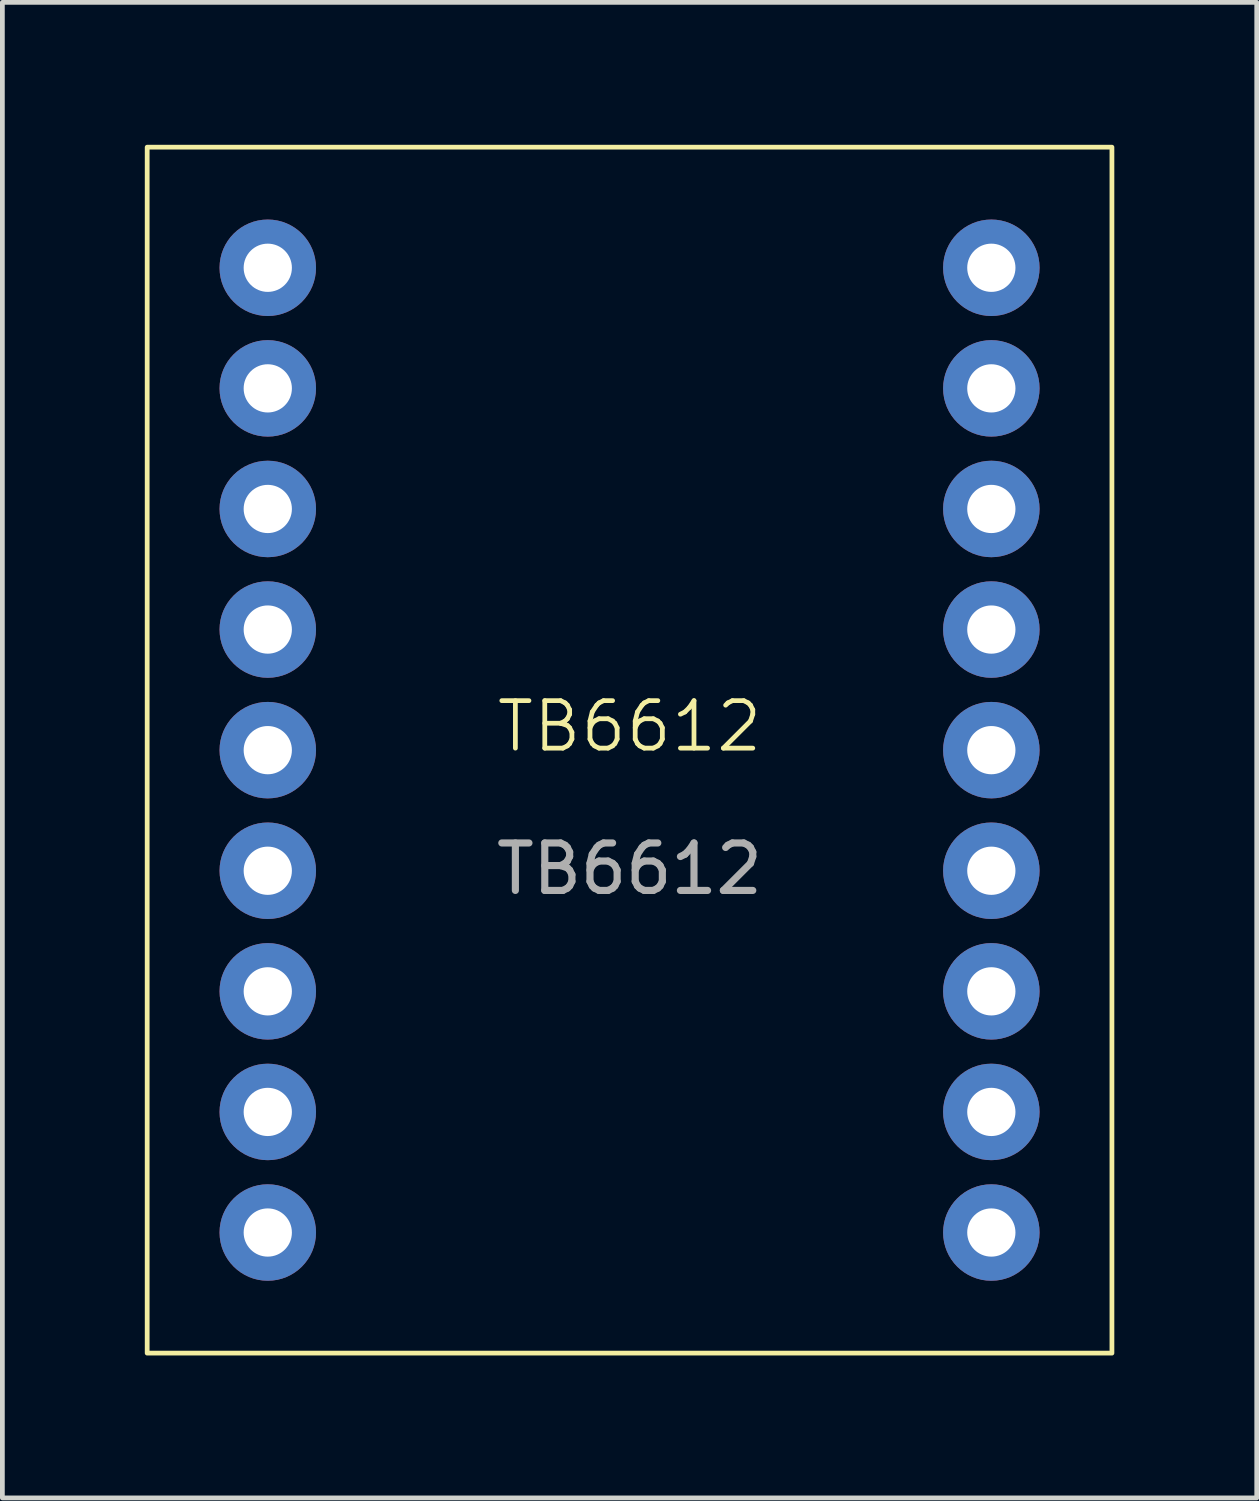
<source format=kicad_pcb>
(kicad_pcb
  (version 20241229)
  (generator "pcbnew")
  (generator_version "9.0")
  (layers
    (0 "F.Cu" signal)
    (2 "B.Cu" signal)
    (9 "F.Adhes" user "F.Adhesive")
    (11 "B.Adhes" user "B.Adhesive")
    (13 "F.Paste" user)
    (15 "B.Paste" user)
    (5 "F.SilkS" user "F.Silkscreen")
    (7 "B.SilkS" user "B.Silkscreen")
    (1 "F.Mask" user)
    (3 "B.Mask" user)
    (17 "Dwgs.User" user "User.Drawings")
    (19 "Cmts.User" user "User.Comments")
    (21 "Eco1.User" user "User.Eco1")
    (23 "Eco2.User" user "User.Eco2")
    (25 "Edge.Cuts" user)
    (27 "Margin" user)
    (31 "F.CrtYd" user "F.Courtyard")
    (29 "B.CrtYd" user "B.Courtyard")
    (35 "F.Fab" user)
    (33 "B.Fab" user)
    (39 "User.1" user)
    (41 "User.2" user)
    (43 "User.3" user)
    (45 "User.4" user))
  (footprint "TB6612"
    (layer "F.Cu")
    (at 10.21 12.75)
    (property "Reference" "TB6612" (at 0 -0.5 0) (unlocked yes) (layer "F.SilkS") (effects (font (size 1 1) (thickness 0.1))))
    (attr smd)
    (fp_rect (start -10.16 -12.7) (end 10.16 12.7) (stroke (width 0.1) (type default)) (fill no) (layer "F.SilkS"))
    (fp_text user "${REFERENCE}" (at 0 2.5 0) (unlocked yes) (layer "F.Fab") (effects (font (size 1 1) (thickness 0.15))))
    (pad "1" thru_hole circle (at -7.62 -10.16) (size 2.032 2.032) (drill 1.016) (layers "*.Cu" "*.Mask"))
    (pad "2" thru_hole circle (at -7.62 -7.62) (size 2.032 2.032) (drill 1.016) (layers "*.Cu" "*.Mask"))
    (pad "3" thru_hole circle (at -7.62 -5.08) (size 2.032 2.032) (drill 1.016) (layers "*.Cu" "*.Mask"))
    (pad "4" thru_hole circle (at -7.62 -2.54) (size 2.032 2.032) (drill 1.016) (layers "*.Cu" "*.Mask"))
    (pad "5" thru_hole circle (at -7.62 0) (size 2.032 2.032) (drill 1.016) (layers "*.Cu" "*.Mask"))
    (pad "6" thru_hole circle (at -7.62 2.54) (size 2.032 2.032) (drill 1.016) (layers "*.Cu" "*.Mask"))
    (pad "7" thru_hole circle (at -7.62 5.08) (size 2.032 2.032) (drill 1.016) (layers "*.Cu" "*.Mask"))
    (pad "8" thru_hole circle (at -7.62 7.62) (size 2.032 2.032) (drill 1.016) (layers "*.Cu" "*.Mask"))
    (pad "9" thru_hole circle (at -7.62 10.16) (size 2.032 2.032) (drill 1.016) (layers "*.Cu" "*.Mask"))
    (pad "10" thru_hole circle (at 7.62 10.16) (size 2.032 2.032) (drill 1.016) (layers "*.Cu" "*.Mask"))
    (pad "11" thru_hole circle (at 7.62 7.62) (size 2.032 2.032) (drill 1.016) (layers "*.Cu" "*.Mask"))
    (pad "12" thru_hole circle (at 7.62 5.08) (size 2.032 2.032) (drill 1.016) (layers "*.Cu" "*.Mask"))
    (pad "13" thru_hole circle (at 7.62 2.54) (size 2.032 2.032) (drill 1.016) (layers "*.Cu" "*.Mask"))
    (pad "14" thru_hole circle (at 7.62 0) (size 2.032 2.032) (drill 1.016) (layers "*.Cu" "*.Mask"))
    (pad "15" thru_hole circle (at 7.62 -2.54) (size 2.032 2.032) (drill 1.016) (layers "*.Cu" "*.Mask"))
    (pad "16" thru_hole circle (at 7.62 -5.08) (size 2.032 2.032) (drill 1.016) (layers "*.Cu" "*.Mask"))
    (pad "17" thru_hole circle (at 7.62 -7.62) (size 2.032 2.032) (drill 1.016) (layers "*.Cu" "*.Mask"))
    (pad "18" thru_hole circle (at 7.62 -10.16) (size 2.032 2.032) (drill 1.016) (layers "*.Cu" "*.Mask")))
  (gr_rect
    (start -3 -3)
    (end 23.42 28.5)
    (stroke (width 0.1) (type default))
    (fill no)
    (layer "Edge.Cuts")))
</source>
